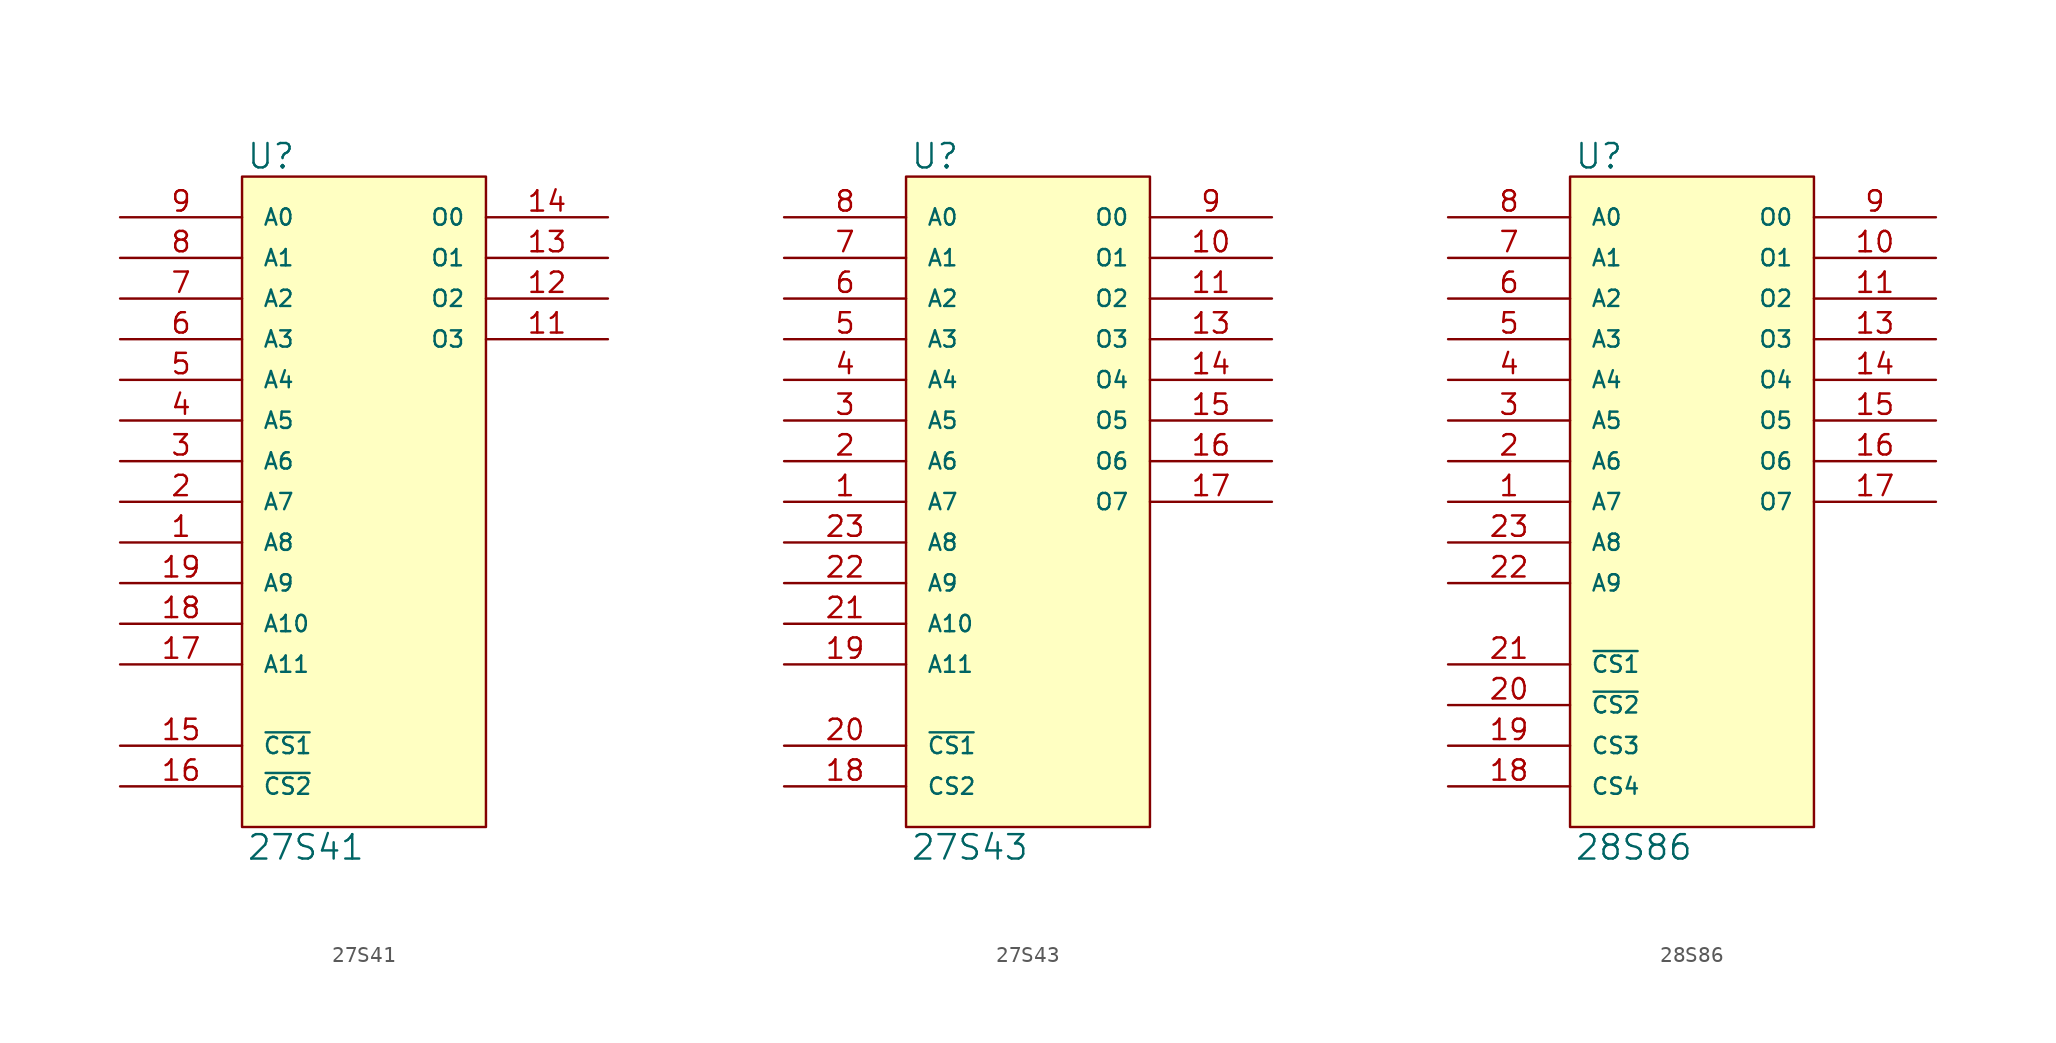
<source format=kicad_sym>
(kicad_symbol_lib
  (version 20231120)
  (generator "kicad_symbol_editor")
  (generator_version "8.0")
  (symbol "27S41"
    (pin_names
      (offset 1.27))
    (property "Reference" "U"
      (at 0.254 0.381 0)
      (effects (font (size 1.524 1.524)) (justify left bottom)))
    (property "Value" "27S41"
      (at 0.254 -41.021 0)
      (effects (font (size 1.524 1.524)) (justify left top)))
    (symbol "27S41_0_1"
      (rectangle (start 0 0) (end 15.24 -40.64) (stroke (width 0) (type solid)) (fill (type background))))
    (symbol "27S41_1_1"
      (pin input line (at -7.62 -22.86 0) (length 7.62) (name "A8" (effects (font (size 1.016 1.016)))) (number "1" (effects (font (size 1.27 1.27)))))
      (pin power_in line (at 0 -40.64 90) (length 0) hide (name "GND" (effects (font (size 1.016 1.016)))) (number "10" (effects (font (size 1.27 1.27)))))
      (pin tri_state line (at 22.86 -10.16 180) (length 7.62) (name "O3" (effects (font (size 1.016 1.016)))) (number "11" (effects (font (size 1.27 1.27)))))
      (pin tri_state line (at 22.86 -7.62 180) (length 7.62) (name "O2" (effects (font (size 1.016 1.016)))) (number "12" (effects (font (size 1.27 1.27)))))
      (pin tri_state line (at 22.86 -5.08 180) (length 7.62) (name "O1" (effects (font (size 1.016 1.016)))) (number "13" (effects (font (size 1.27 1.27)))))
      (pin tri_state line (at 22.86 -2.54 180) (length 7.62) (name "O0" (effects (font (size 1.016 1.016)))) (number "14" (effects (font (size 1.27 1.27)))))
      (pin input line (at -7.62 -35.56 0) (length 7.62) (name "~{CS1}" (effects (font (size 1.016 1.016)))) (number "15" (effects (font (size 1.27 1.27)))))
      (pin input line (at -7.62 -38.1 0) (length 7.62) (name "~{CS2}" (effects (font (size 1.016 1.016)))) (number "16" (effects (font (size 1.27 1.27)))))
      (pin input line (at -7.62 -30.48 0) (length 7.62) (name "A11" (effects (font (size 1.016 1.016)))) (number "17" (effects (font (size 1.27 1.27)))))
      (pin input line (at -7.62 -27.94 0) (length 7.62) (name "A10" (effects (font (size 1.016 1.016)))) (number "18" (effects (font (size 1.27 1.27)))))
      (pin input line (at -7.62 -25.4 0) (length 7.62) (name "A9" (effects (font (size 1.016 1.016)))) (number "19" (effects (font (size 1.27 1.27)))))
      (pin input line (at -7.62 -20.32 0) (length 7.62) (name "A7" (effects (font (size 1.016 1.016)))) (number "2" (effects (font (size 1.27 1.27)))))
      (pin power_in line (at 0 0 270) (length 0) hide (name "VCC" (effects (font (size 1.016 1.016)))) (number "20" (effects (font (size 1.27 1.27)))))
      (pin input line (at -7.62 -17.78 0) (length 7.62) (name "A6" (effects (font (size 1.016 1.016)))) (number "3" (effects (font (size 1.27 1.27)))))
      (pin input line (at -7.62 -15.24 0) (length 7.62) (name "A5" (effects (font (size 1.016 1.016)))) (number "4" (effects (font (size 1.27 1.27)))))
      (pin input line (at -7.62 -12.7 0) (length 7.62) (name "A4" (effects (font (size 1.016 1.016)))) (number "5" (effects (font (size 1.27 1.27)))))
      (pin input line (at -7.62 -10.16 0) (length 7.62) (name "A3" (effects (font (size 1.016 1.016)))) (number "6" (effects (font (size 1.27 1.27)))))
      (pin input line (at -7.62 -7.62 0) (length 7.62) (name "A2" (effects (font (size 1.016 1.016)))) (number "7" (effects (font (size 1.27 1.27)))))
      (pin input line (at -7.62 -5.08 0) (length 7.62) (name "A1" (effects (font (size 1.016 1.016)))) (number "8" (effects (font (size 1.27 1.27)))))
      (pin input line (at -7.62 -2.54 0) (length 7.62) (name "A0" (effects (font (size 1.016 1.016)))) (number "9" (effects (font (size 1.27 1.27)))))))
  (symbol "27S43"
    (pin_names
      (offset 1.27))
    (property "Reference" "U"
      (at 0.254 0.381 0)
      (effects (font (size 1.524 1.524)) (justify left bottom)))
    (property "Value" "27S43"
      (at 0.254 -41.021 0)
      (effects (font (size 1.524 1.524)) (justify left top)))
    (symbol "27S43_0_1"
      (rectangle (start 0 0) (end 15.24 -40.64) (stroke (width 0) (type solid)) (fill (type background))))
    (symbol "27S43_1_1"
      (pin input line (at -7.62 -20.32 0) (length 7.62) (name "A7" (effects (font (size 1.016 1.016)))) (number "1" (effects (font (size 1.27 1.27)))))
      (pin tri_state line (at 22.86 -5.08 180) (length 7.62) (name "O1" (effects (font (size 1.016 1.016)))) (number "10" (effects (font (size 1.27 1.27)))))
      (pin tri_state line (at 22.86 -7.62 180) (length 7.62) (name "O2" (effects (font (size 1.016 1.016)))) (number "11" (effects (font (size 1.27 1.27)))))
      (pin power_in line (at 0 -40.64 90) (length 0) hide (name "GND" (effects (font (size 1.016 1.016)))) (number "12" (effects (font (size 1.27 1.27)))))
      (pin tri_state line (at 22.86 -10.16 180) (length 7.62) (name "O3" (effects (font (size 1.016 1.016)))) (number "13" (effects (font (size 1.27 1.27)))))
      (pin tri_state line (at 22.86 -12.7 180) (length 7.62) (name "O4" (effects (font (size 1.016 1.016)))) (number "14" (effects (font (size 1.27 1.27)))))
      (pin tri_state line (at 22.86 -15.24 180) (length 7.62) (name "O5" (effects (font (size 1.016 1.016)))) (number "15" (effects (font (size 1.27 1.27)))))
      (pin tri_state line (at 22.86 -17.78 180) (length 7.62) (name "O6" (effects (font (size 1.016 1.016)))) (number "16" (effects (font (size 1.27 1.27)))))
      (pin tri_state line (at 22.86 -20.32 180) (length 7.62) (name "O7" (effects (font (size 1.016 1.016)))) (number "17" (effects (font (size 1.27 1.27)))))
      (pin input line (at -7.62 -38.1 0) (length 7.62) (name "CS2" (effects (font (size 1.016 1.016)))) (number "18" (effects (font (size 1.27 1.27)))))
      (pin input line (at -7.62 -30.48 0) (length 7.62) (name "A11" (effects (font (size 1.016 1.016)))) (number "19" (effects (font (size 1.27 1.27)))))
      (pin input line (at -7.62 -17.78 0) (length 7.62) (name "A6" (effects (font (size 1.016 1.016)))) (number "2" (effects (font (size 1.27 1.27)))))
      (pin input line (at -7.62 -35.56 0) (length 7.62) (name "~{CS1}" (effects (font (size 1.016 1.016)))) (number "20" (effects (font (size 1.27 1.27)))))
      (pin input line (at -7.62 -27.94 0) (length 7.62) (name "A10" (effects (font (size 1.016 1.016)))) (number "21" (effects (font (size 1.27 1.27)))))
      (pin input line (at -7.62 -25.4 0) (length 7.62) (name "A9" (effects (font (size 1.016 1.016)))) (number "22" (effects (font (size 1.27 1.27)))))
      (pin input line (at -7.62 -22.86 0) (length 7.62) (name "A8" (effects (font (size 1.016 1.016)))) (number "23" (effects (font (size 1.27 1.27)))))
      (pin power_in line (at 0 0 270) (length 0) hide (name "VCC" (effects (font (size 1.016 1.016)))) (number "24" (effects (font (size 1.27 1.27)))))
      (pin input line (at -7.62 -15.24 0) (length 7.62) (name "A5" (effects (font (size 1.016 1.016)))) (number "3" (effects (font (size 1.27 1.27)))))
      (pin input line (at -7.62 -12.7 0) (length 7.62) (name "A4" (effects (font (size 1.016 1.016)))) (number "4" (effects (font (size 1.27 1.27)))))
      (pin input line (at -7.62 -10.16 0) (length 7.62) (name "A3" (effects (font (size 1.016 1.016)))) (number "5" (effects (font (size 1.27 1.27)))))
      (pin input line (at -7.62 -7.62 0) (length 7.62) (name "A2" (effects (font (size 1.016 1.016)))) (number "6" (effects (font (size 1.27 1.27)))))
      (pin input line (at -7.62 -5.08 0) (length 7.62) (name "A1" (effects (font (size 1.016 1.016)))) (number "7" (effects (font (size 1.27 1.27)))))
      (pin input line (at -7.62 -2.54 0) (length 7.62) (name "A0" (effects (font (size 1.016 1.016)))) (number "8" (effects (font (size 1.27 1.27)))))
      (pin tri_state line (at 22.86 -2.54 180) (length 7.62) (name "O0" (effects (font (size 1.016 1.016)))) (number "9" (effects (font (size 1.27 1.27)))))))
  (symbol "28S86"
    (pin_names
      (offset 1.27))
    (property "Reference" "U"
      (at 0.254 0.381 0)
      (effects (font (size 1.524 1.524)) (justify left bottom)))
    (property "Value" "28S86"
      (at 0.254 -41.021 0)
      (effects (font (size 1.524 1.524)) (justify left top)))
    (symbol "28S86_0_1"
      (rectangle (start 0 0) (end 15.24 -40.64) (stroke (width 0) (type solid)) (fill (type background))))
    (symbol "28S86_1_1"
      (pin input line (at -7.62 -20.32 0) (length 7.62) (name "A7" (effects (font (size 1.016 1.016)))) (number "1" (effects (font (size 1.27 1.27)))))
      (pin tri_state line (at 22.86 -5.08 180) (length 7.62) (name "O1" (effects (font (size 1.016 1.016)))) (number "10" (effects (font (size 1.27 1.27)))))
      (pin tri_state line (at 22.86 -7.62 180) (length 7.62) (name "O2" (effects (font (size 1.016 1.016)))) (number "11" (effects (font (size 1.27 1.27)))))
      (pin power_in line (at 0 -40.64 90) (length 0) hide (name "GND" (effects (font (size 1.016 1.016)))) (number "12" (effects (font (size 1.27 1.27)))))
      (pin tri_state line (at 22.86 -10.16 180) (length 7.62) (name "O3" (effects (font (size 1.016 1.016)))) (number "13" (effects (font (size 1.27 1.27)))))
      (pin tri_state line (at 22.86 -12.7 180) (length 7.62) (name "O4" (effects (font (size 1.016 1.016)))) (number "14" (effects (font (size 1.27 1.27)))))
      (pin tri_state line (at 22.86 -15.24 180) (length 7.62) (name "O5" (effects (font (size 1.016 1.016)))) (number "15" (effects (font (size 1.27 1.27)))))
      (pin tri_state line (at 22.86 -17.78 180) (length 7.62) (name "O6" (effects (font (size 1.016 1.016)))) (number "16" (effects (font (size 1.27 1.27)))))
      (pin tri_state line (at 22.86 -20.32 180) (length 7.62) (name "O7" (effects (font (size 1.016 1.016)))) (number "17" (effects (font (size 1.27 1.27)))))
      (pin input line (at -7.62 -38.1 0) (length 7.62) (name "CS4" (effects (font (size 1.016 1.016)))) (number "18" (effects (font (size 1.27 1.27)))))
      (pin input line (at -7.62 -35.56 0) (length 7.62) (name "CS3" (effects (font (size 1.016 1.016)))) (number "19" (effects (font (size 1.27 1.27)))))
      (pin input line (at -7.62 -17.78 0) (length 7.62) (name "A6" (effects (font (size 1.016 1.016)))) (number "2" (effects (font (size 1.27 1.27)))))
      (pin input line (at -7.62 -33.02 0) (length 7.62) (name "~{CS2}" (effects (font (size 1.016 1.016)))) (number "20" (effects (font (size 1.27 1.27)))))
      (pin input line (at -7.62 -30.48 0) (length 7.62) (name "~{CS1}" (effects (font (size 1.016 1.016)))) (number "21" (effects (font (size 1.27 1.27)))))
      (pin input line (at -7.62 -25.4 0) (length 7.62) (name "A9" (effects (font (size 1.016 1.016)))) (number "22" (effects (font (size 1.27 1.27)))))
      (pin input line (at -7.62 -22.86 0) (length 7.62) (name "A8" (effects (font (size 1.016 1.016)))) (number "23" (effects (font (size 1.27 1.27)))))
      (pin power_in line (at 0 0 270) (length 0) hide (name "VCC" (effects (font (size 1.016 1.016)))) (number "24" (effects (font (size 1.27 1.27)))))
      (pin input line (at -7.62 -15.24 0) (length 7.62) (name "A5" (effects (font (size 1.016 1.016)))) (number "3" (effects (font (size 1.27 1.27)))))
      (pin input line (at -7.62 -12.7 0) (length 7.62) (name "A4" (effects (font (size 1.016 1.016)))) (number "4" (effects (font (size 1.27 1.27)))))
      (pin input line (at -7.62 -10.16 0) (length 7.62) (name "A3" (effects (font (size 1.016 1.016)))) (number "5" (effects (font (size 1.27 1.27)))))
      (pin input line (at -7.62 -7.62 0) (length 7.62) (name "A2" (effects (font (size 1.016 1.016)))) (number "6" (effects (font (size 1.27 1.27)))))
      (pin input line (at -7.62 -5.08 0) (length 7.62) (name "A1" (effects (font (size 1.016 1.016)))) (number "7" (effects (font (size 1.27 1.27)))))
      (pin input line (at -7.62 -2.54 0) (length 7.62) (name "A0" (effects (font (size 1.016 1.016)))) (number "8" (effects (font (size 1.27 1.27)))))
      (pin tri_state line (at 22.86 -2.54 180) (length 7.62) (name "O0" (effects (font (size 1.016 1.016)))) (number "9" (effects (font (size 1.27 1.27))))))))
</source>
